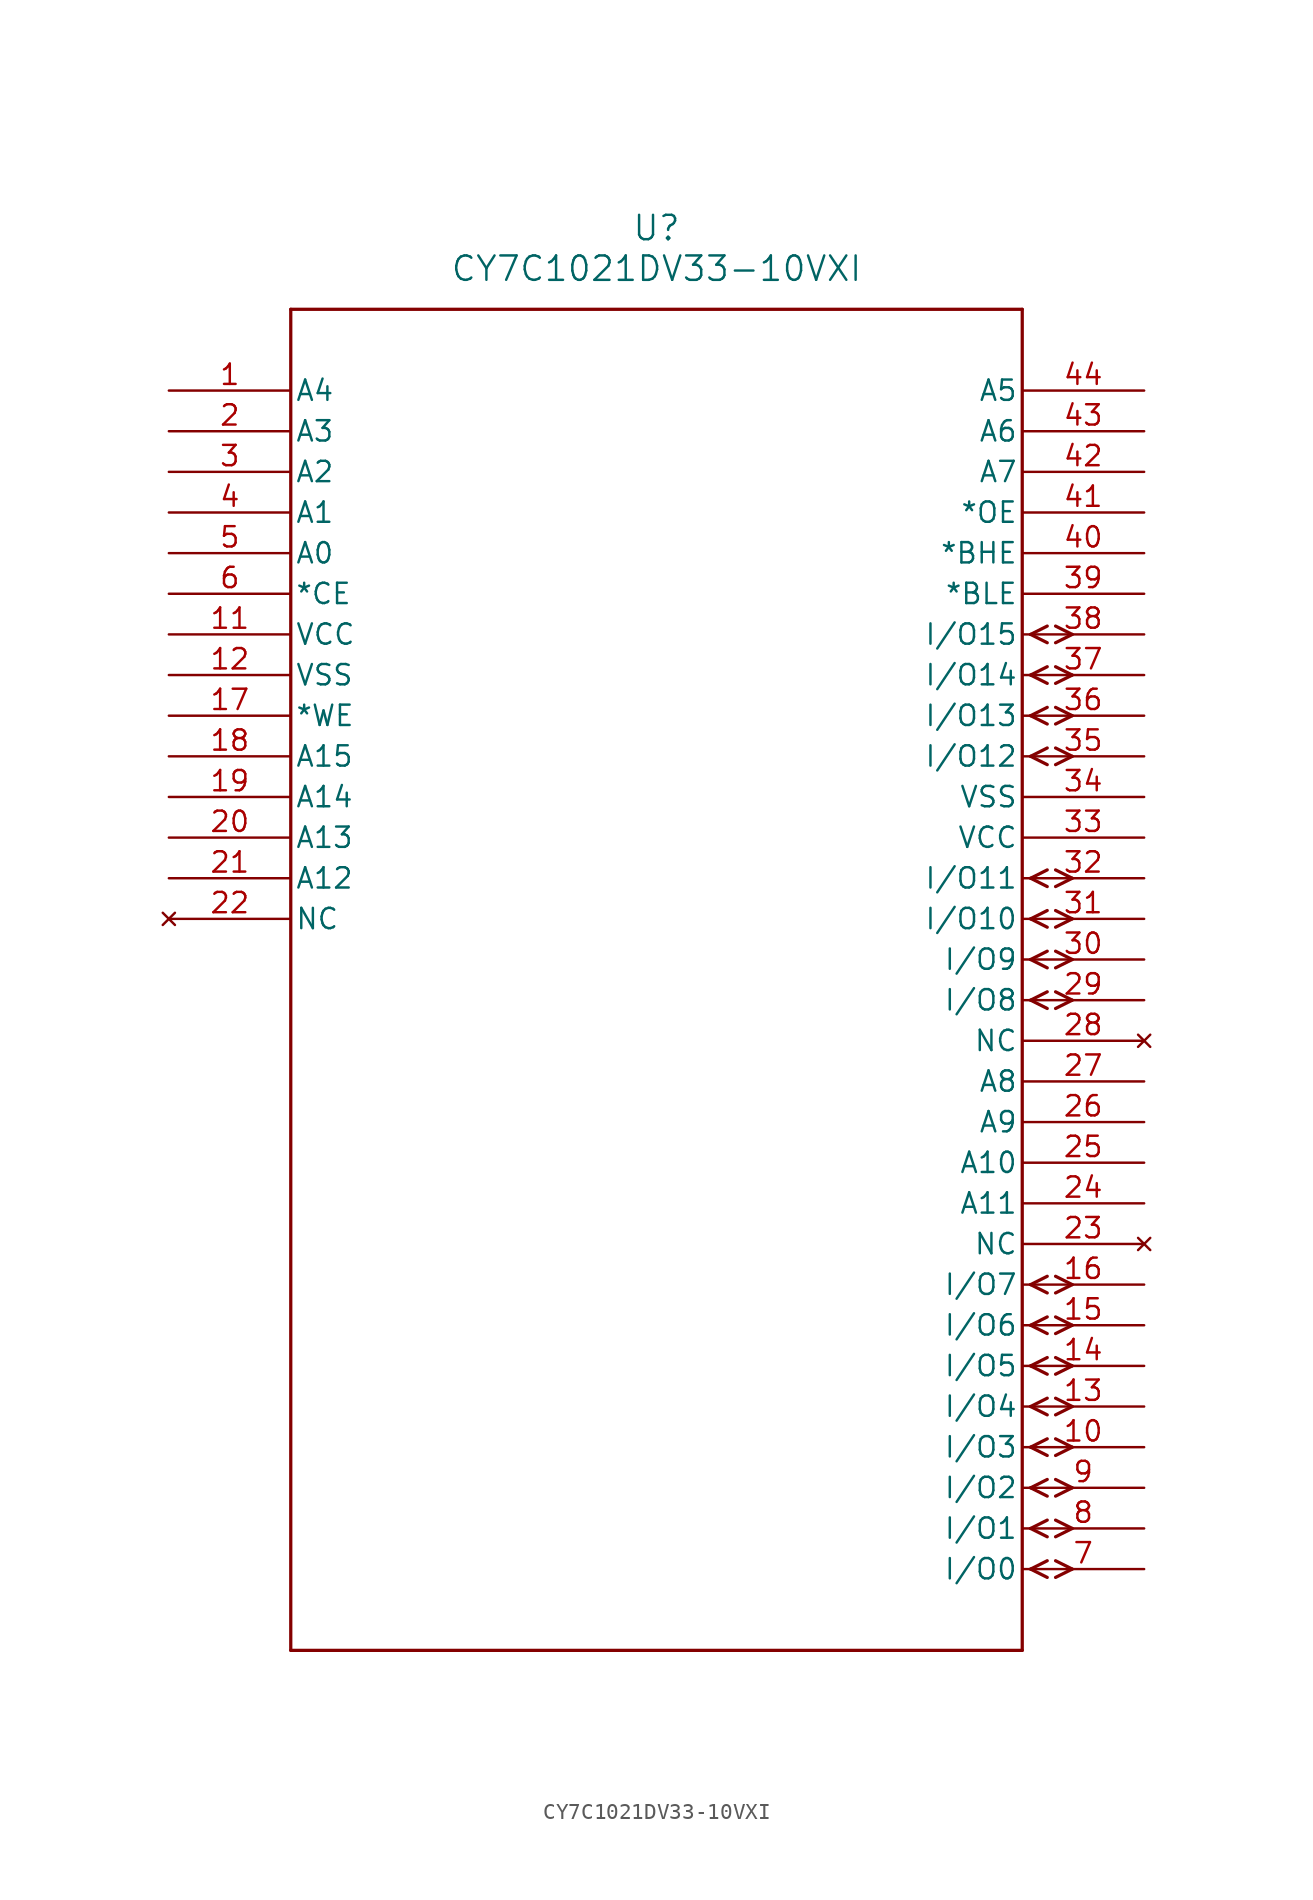
<source format=kicad_sym>
(kicad_symbol_lib
  (version 20211014)
  (generator kicad_symbol_editor)
  (symbol "CY7C1021DV33-10VXI"
    (pin_names
      (offset 0.254))
    (property "Reference" "U"
      (at 30.48 10.16 0)
      (effects (font (size 1.524 1.524))))
    (property "Value" "CY7C1021DV33-10VXI"
      (at 30.48 7.62 0)
      (effects (font (size 1.524 1.524))))
    (symbol "CY7C1021DV33-10VXI_0_1"
      (polyline (pts (xy 53.861 -73.66) (xy 54.902 -73.139)) (stroke (width 0.203) (type default) (color 0 0 0 0)) (fill (type none)))
      (polyline (pts (xy 53.861 -73.66) (xy 54.902 -74.181)) (stroke (width 0.203) (type default) (color 0 0 0 0)) (fill (type none)))
      (polyline (pts (xy 55.423 -73.139) (xy 56.464 -73.66)) (stroke (width 0.203) (type default) (color 0 0 0 0)) (fill (type none)))
      (polyline (pts (xy 55.423 -74.181) (xy 56.464 -73.66)) (stroke (width 0.203) (type default) (color 0 0 0 0)) (fill (type none)))
      (polyline (pts (xy 53.861 -71.12) (xy 54.902 -70.599)) (stroke (width 0.203) (type default) (color 0 0 0 0)) (fill (type none)))
      (polyline (pts (xy 53.861 -71.12) (xy 54.902 -71.641)) (stroke (width 0.203) (type default) (color 0 0 0 0)) (fill (type none)))
      (polyline (pts (xy 55.423 -70.599) (xy 56.464 -71.12)) (stroke (width 0.203) (type default) (color 0 0 0 0)) (fill (type none)))
      (polyline (pts (xy 55.423 -71.641) (xy 56.464 -71.12)) (stroke (width 0.203) (type default) (color 0 0 0 0)) (fill (type none)))
      (polyline (pts (xy 53.861 -68.58) (xy 54.902 -68.059)) (stroke (width 0.203) (type default) (color 0 0 0 0)) (fill (type none)))
      (polyline (pts (xy 53.861 -68.58) (xy 54.902 -69.101)) (stroke (width 0.203) (type default) (color 0 0 0 0)) (fill (type none)))
      (polyline (pts (xy 55.423 -68.059) (xy 56.464 -68.58)) (stroke (width 0.203) (type default) (color 0 0 0 0)) (fill (type none)))
      (polyline (pts (xy 55.423 -69.101) (xy 56.464 -68.58)) (stroke (width 0.203) (type default) (color 0 0 0 0)) (fill (type none)))
      (polyline (pts (xy 53.861 -66.04) (xy 54.902 -65.519)) (stroke (width 0.203) (type default) (color 0 0 0 0)) (fill (type none)))
      (polyline (pts (xy 53.861 -66.04) (xy 54.902 -66.561)) (stroke (width 0.203) (type default) (color 0 0 0 0)) (fill (type none)))
      (polyline (pts (xy 55.423 -65.519) (xy 56.464 -66.04)) (stroke (width 0.203) (type default) (color 0 0 0 0)) (fill (type none)))
      (polyline (pts (xy 55.423 -66.561) (xy 56.464 -66.04)) (stroke (width 0.203) (type default) (color 0 0 0 0)) (fill (type none)))
      (polyline (pts (xy 53.861 -63.5) (xy 54.902 -62.979)) (stroke (width 0.203) (type default) (color 0 0 0 0)) (fill (type none)))
      (polyline (pts (xy 53.861 -63.5) (xy 54.902 -64.021)) (stroke (width 0.203) (type default) (color 0 0 0 0)) (fill (type none)))
      (polyline (pts (xy 55.423 -62.979) (xy 56.464 -63.5)) (stroke (width 0.203) (type default) (color 0 0 0 0)) (fill (type none)))
      (polyline (pts (xy 55.423 -64.021) (xy 56.464 -63.5)) (stroke (width 0.203) (type default) (color 0 0 0 0)) (fill (type none)))
      (polyline (pts (xy 53.861 -60.96) (xy 54.902 -60.439)) (stroke (width 0.203) (type default) (color 0 0 0 0)) (fill (type none)))
      (polyline (pts (xy 53.861 -60.96) (xy 54.902 -61.481)) (stroke (width 0.203) (type default) (color 0 0 0 0)) (fill (type none)))
      (polyline (pts (xy 55.423 -60.439) (xy 56.464 -60.96)) (stroke (width 0.203) (type default) (color 0 0 0 0)) (fill (type none)))
      (polyline (pts (xy 55.423 -61.481) (xy 56.464 -60.96)) (stroke (width 0.203) (type default) (color 0 0 0 0)) (fill (type none)))
      (polyline (pts (xy 53.861 -58.42) (xy 54.902 -57.899)) (stroke (width 0.203) (type default) (color 0 0 0 0)) (fill (type none)))
      (polyline (pts (xy 53.861 -58.42) (xy 54.902 -58.941)) (stroke (width 0.203) (type default) (color 0 0 0 0)) (fill (type none)))
      (polyline (pts (xy 55.423 -57.899) (xy 56.464 -58.42)) (stroke (width 0.203) (type default) (color 0 0 0 0)) (fill (type none)))
      (polyline (pts (xy 55.423 -58.941) (xy 56.464 -58.42)) (stroke (width 0.203) (type default) (color 0 0 0 0)) (fill (type none)))
      (polyline (pts (xy 53.861 -55.88) (xy 54.902 -55.359)) (stroke (width 0.203) (type default) (color 0 0 0 0)) (fill (type none)))
      (polyline (pts (xy 53.861 -55.88) (xy 54.902 -56.401)) (stroke (width 0.203) (type default) (color 0 0 0 0)) (fill (type none)))
      (polyline (pts (xy 55.423 -55.359) (xy 56.464 -55.88)) (stroke (width 0.203) (type default) (color 0 0 0 0)) (fill (type none)))
      (polyline (pts (xy 55.423 -56.401) (xy 56.464 -55.88)) (stroke (width 0.203) (type default) (color 0 0 0 0)) (fill (type none)))
      (polyline (pts (xy 53.861 -38.1) (xy 54.902 -37.579)) (stroke (width 0.203) (type default) (color 0 0 0 0)) (fill (type none)))
      (polyline (pts (xy 53.861 -38.1) (xy 54.902 -38.621)) (stroke (width 0.203) (type default) (color 0 0 0 0)) (fill (type none)))
      (polyline (pts (xy 55.423 -37.579) (xy 56.464 -38.1)) (stroke (width 0.203) (type default) (color 0 0 0 0)) (fill (type none)))
      (polyline (pts (xy 55.423 -38.621) (xy 56.464 -38.1)) (stroke (width 0.203) (type default) (color 0 0 0 0)) (fill (type none)))
      (polyline (pts (xy 53.861 -35.56) (xy 54.902 -35.039)) (stroke (width 0.203) (type default) (color 0 0 0 0)) (fill (type none)))
      (polyline (pts (xy 53.861 -35.56) (xy 54.902 -36.081)) (stroke (width 0.203) (type default) (color 0 0 0 0)) (fill (type none)))
      (polyline (pts (xy 55.423 -35.039) (xy 56.464 -35.56)) (stroke (width 0.203) (type default) (color 0 0 0 0)) (fill (type none)))
      (polyline (pts (xy 55.423 -36.081) (xy 56.464 -35.56)) (stroke (width 0.203) (type default) (color 0 0 0 0)) (fill (type none)))
      (polyline (pts (xy 53.861 -33.02) (xy 54.902 -32.499)) (stroke (width 0.203) (type default) (color 0 0 0 0)) (fill (type none)))
      (polyline (pts (xy 53.861 -33.02) (xy 54.902 -33.541)) (stroke (width 0.203) (type default) (color 0 0 0 0)) (fill (type none)))
      (polyline (pts (xy 55.423 -32.499) (xy 56.464 -33.02)) (stroke (width 0.203) (type default) (color 0 0 0 0)) (fill (type none)))
      (polyline (pts (xy 55.423 -33.541) (xy 56.464 -33.02)) (stroke (width 0.203) (type default) (color 0 0 0 0)) (fill (type none)))
      (polyline (pts (xy 53.861 -30.48) (xy 54.902 -29.959)) (stroke (width 0.203) (type default) (color 0 0 0 0)) (fill (type none)))
      (polyline (pts (xy 53.861 -30.48) (xy 54.902 -31.001)) (stroke (width 0.203) (type default) (color 0 0 0 0)) (fill (type none)))
      (polyline (pts (xy 55.423 -29.959) (xy 56.464 -30.48)) (stroke (width 0.203) (type default) (color 0 0 0 0)) (fill (type none)))
      (polyline (pts (xy 55.423 -31.001) (xy 56.464 -30.48)) (stroke (width 0.203) (type default) (color 0 0 0 0)) (fill (type none)))
      (polyline (pts (xy 53.861 -22.86) (xy 54.902 -22.339)) (stroke (width 0.203) (type default) (color 0 0 0 0)) (fill (type none)))
      (polyline (pts (xy 53.861 -22.86) (xy 54.902 -23.381)) (stroke (width 0.203) (type default) (color 0 0 0 0)) (fill (type none)))
      (polyline (pts (xy 55.423 -22.339) (xy 56.464 -22.86)) (stroke (width 0.203) (type default) (color 0 0 0 0)) (fill (type none)))
      (polyline (pts (xy 55.423 -23.381) (xy 56.464 -22.86)) (stroke (width 0.203) (type default) (color 0 0 0 0)) (fill (type none)))
      (polyline (pts (xy 53.861 -20.32) (xy 54.902 -19.799)) (stroke (width 0.203) (type default) (color 0 0 0 0)) (fill (type none)))
      (polyline (pts (xy 53.861 -20.32) (xy 54.902 -20.841)) (stroke (width 0.203) (type default) (color 0 0 0 0)) (fill (type none)))
      (polyline (pts (xy 55.423 -19.799) (xy 56.464 -20.32)) (stroke (width 0.203) (type default) (color 0 0 0 0)) (fill (type none)))
      (polyline (pts (xy 55.423 -20.841) (xy 56.464 -20.32)) (stroke (width 0.203) (type default) (color 0 0 0 0)) (fill (type none)))
      (polyline (pts (xy 53.861 -17.78) (xy 54.902 -17.259)) (stroke (width 0.203) (type default) (color 0 0 0 0)) (fill (type none)))
      (polyline (pts (xy 53.861 -17.78) (xy 54.902 -18.301)) (stroke (width 0.203) (type default) (color 0 0 0 0)) (fill (type none)))
      (polyline (pts (xy 55.423 -17.259) (xy 56.464 -17.78)) (stroke (width 0.203) (type default) (color 0 0 0 0)) (fill (type none)))
      (polyline (pts (xy 55.423 -18.301) (xy 56.464 -17.78)) (stroke (width 0.203) (type default) (color 0 0 0 0)) (fill (type none)))
      (polyline (pts (xy 53.861 -15.24) (xy 54.902 -14.719)) (stroke (width 0.203) (type default) (color 0 0 0 0)) (fill (type none)))
      (polyline (pts (xy 53.861 -15.24) (xy 54.902 -15.761)) (stroke (width 0.203) (type default) (color 0 0 0 0)) (fill (type none)))
      (polyline (pts (xy 55.423 -14.719) (xy 56.464 -15.24)) (stroke (width 0.203) (type default) (color 0 0 0 0)) (fill (type none)))
      (polyline (pts (xy 55.423 -15.761) (xy 56.464 -15.24)) (stroke (width 0.203) (type default) (color 0 0 0 0)) (fill (type none)))
      (polyline (pts (xy 7.62 5.08) (xy 7.62 -78.74)) (stroke (width 0.203) (type default) (color 0 0 0 0)) (fill (type none)))
      (polyline (pts (xy 7.62 -78.74) (xy 53.34 -78.74)) (stroke (width 0.203) (type default) (color 0 0 0 0)) (fill (type none)))
      (polyline (pts (xy 53.34 -78.74) (xy 53.34 5.08)) (stroke (width 0.203) (type default) (color 0 0 0 0)) (fill (type none)))
      (polyline (pts (xy 53.34 5.08) (xy 7.62 5.08)) (stroke (width 0.203) (type default) (color 0 0 0 0)) (fill (type none)))
      (pin unspecified line (at 0 0 0) (length 7.62) (name "A4" (effects (font (size 1.27 1.27)))) (number "1" (effects (font (size 1.27 1.27)))))
      (pin unspecified line (at 0 -2.54 0) (length 7.62) (name "A3" (effects (font (size 1.27 1.27)))) (number "2" (effects (font (size 1.27 1.27)))))
      (pin unspecified line (at 0 -5.08 0) (length 7.62) (name "A2" (effects (font (size 1.27 1.27)))) (number "3" (effects (font (size 1.27 1.27)))))
      (pin unspecified line (at 0 -7.62 0) (length 7.62) (name "A1" (effects (font (size 1.27 1.27)))) (number "4" (effects (font (size 1.27 1.27)))))
      (pin unspecified line (at 0 -10.16 0) (length 7.62) (name "A0" (effects (font (size 1.27 1.27)))) (number "5" (effects (font (size 1.27 1.27)))))
      (pin unspecified line (at 0 -12.7 0) (length 7.62) (name "*CE" (effects (font (size 1.27 1.27)))) (number "6" (effects (font (size 1.27 1.27)))))
      (pin bidirectional line (at 60.96 -73.66 180) (length 7.62) (name "I/O0" (effects (font (size 1.27 1.27)))) (number "7" (effects (font (size 1.27 1.27)))))
      (pin bidirectional line (at 60.96 -71.12 180) (length 7.62) (name "I/O1" (effects (font (size 1.27 1.27)))) (number "8" (effects (font (size 1.27 1.27)))))
      (pin bidirectional line (at 60.96 -68.58 180) (length 7.62) (name "I/O2" (effects (font (size 1.27 1.27)))) (number "9" (effects (font (size 1.27 1.27)))))
      (pin bidirectional line (at 60.96 -66.04 180) (length 7.62) (name "I/O3" (effects (font (size 1.27 1.27)))) (number "10" (effects (font (size 1.27 1.27)))))
      (pin power_in line (at 0 -15.24 0) (length 7.62) (name "VCC" (effects (font (size 1.27 1.27)))) (number "11" (effects (font (size 1.27 1.27)))))
      (pin power_in line (at 0 -17.78 0) (length 7.62) (name "VSS" (effects (font (size 1.27 1.27)))) (number "12" (effects (font (size 1.27 1.27)))))
      (pin bidirectional line (at 60.96 -63.5 180) (length 7.62) (name "I/O4" (effects (font (size 1.27 1.27)))) (number "13" (effects (font (size 1.27 1.27)))))
      (pin bidirectional line (at 60.96 -60.96 180) (length 7.62) (name "I/O5" (effects (font (size 1.27 1.27)))) (number "14" (effects (font (size 1.27 1.27)))))
      (pin bidirectional line (at 60.96 -58.42 180) (length 7.62) (name "I/O6" (effects (font (size 1.27 1.27)))) (number "15" (effects (font (size 1.27 1.27)))))
      (pin bidirectional line (at 60.96 -55.88 180) (length 7.62) (name "I/O7" (effects (font (size 1.27 1.27)))) (number "16" (effects (font (size 1.27 1.27)))))
      (pin unspecified line (at 0 -20.32 0) (length 7.62) (name "*WE" (effects (font (size 1.27 1.27)))) (number "17" (effects (font (size 1.27 1.27)))))
      (pin unspecified line (at 0 -22.86 0) (length 7.62) (name "A15" (effects (font (size 1.27 1.27)))) (number "18" (effects (font (size 1.27 1.27)))))
      (pin unspecified line (at 0 -25.4 0) (length 7.62) (name "A14" (effects (font (size 1.27 1.27)))) (number "19" (effects (font (size 1.27 1.27)))))
      (pin unspecified line (at 0 -27.94 0) (length 7.62) (name "A13" (effects (font (size 1.27 1.27)))) (number "20" (effects (font (size 1.27 1.27)))))
      (pin unspecified line (at 0 -30.48 0) (length 7.62) (name "A12" (effects (font (size 1.27 1.27)))) (number "21" (effects (font (size 1.27 1.27)))))
      (pin no_connect line (at 0 -33.02 0) (length 7.62) (name "NC" (effects (font (size 1.27 1.27)))) (number "22" (effects (font (size 1.27 1.27)))))
      (pin no_connect line (at 60.96 -53.34 180) (length 7.62) (name "NC" (effects (font (size 1.27 1.27)))) (number "23" (effects (font (size 1.27 1.27)))))
      (pin unspecified line (at 60.96 -50.8 180) (length 7.62) (name "A11" (effects (font (size 1.27 1.27)))) (number "24" (effects (font (size 1.27 1.27)))))
      (pin unspecified line (at 60.96 -48.26 180) (length 7.62) (name "A10" (effects (font (size 1.27 1.27)))) (number "25" (effects (font (size 1.27 1.27)))))
      (pin unspecified line (at 60.96 -45.72 180) (length 7.62) (name "A9" (effects (font (size 1.27 1.27)))) (number "26" (effects (font (size 1.27 1.27)))))
      (pin unspecified line (at 60.96 -43.18 180) (length 7.62) (name "A8" (effects (font (size 1.27 1.27)))) (number "27" (effects (font (size 1.27 1.27)))))
      (pin no_connect line (at 60.96 -40.64 180) (length 7.62) (name "NC" (effects (font (size 1.27 1.27)))) (number "28" (effects (font (size 1.27 1.27)))))
      (pin bidirectional line (at 60.96 -38.1 180) (length 7.62) (name "I/O8" (effects (font (size 1.27 1.27)))) (number "29" (effects (font (size 1.27 1.27)))))
      (pin bidirectional line (at 60.96 -35.56 180) (length 7.62) (name "I/O9" (effects (font (size 1.27 1.27)))) (number "30" (effects (font (size 1.27 1.27)))))
      (pin bidirectional line (at 60.96 -33.02 180) (length 7.62) (name "I/O10" (effects (font (size 1.27 1.27)))) (number "31" (effects (font (size 1.27 1.27)))))
      (pin bidirectional line (at 60.96 -30.48 180) (length 7.62) (name "I/O11" (effects (font (size 1.27 1.27)))) (number "32" (effects (font (size 1.27 1.27)))))
      (pin power_in line (at 60.96 -27.94 180) (length 7.62) (name "VCC" (effects (font (size 1.27 1.27)))) (number "33" (effects (font (size 1.27 1.27)))))
      (pin power_in line (at 60.96 -25.4 180) (length 7.62) (name "VSS" (effects (font (size 1.27 1.27)))) (number "34" (effects (font (size 1.27 1.27)))))
      (pin bidirectional line (at 60.96 -22.86 180) (length 7.62) (name "I/O12" (effects (font (size 1.27 1.27)))) (number "35" (effects (font (size 1.27 1.27)))))
      (pin bidirectional line (at 60.96 -20.32 180) (length 7.62) (name "I/O13" (effects (font (size 1.27 1.27)))) (number "36" (effects (font (size 1.27 1.27)))))
      (pin bidirectional line (at 60.96 -17.78 180) (length 7.62) (name "I/O14" (effects (font (size 1.27 1.27)))) (number "37" (effects (font (size 1.27 1.27)))))
      (pin bidirectional line (at 60.96 -15.24 180) (length 7.62) (name "I/O15" (effects (font (size 1.27 1.27)))) (number "38" (effects (font (size 1.27 1.27)))))
      (pin unspecified line (at 60.96 -12.7 180) (length 7.62) (name "*BLE" (effects (font (size 1.27 1.27)))) (number "39" (effects (font (size 1.27 1.27)))))
      (pin unspecified line (at 60.96 -10.16 180) (length 7.62) (name "*BHE" (effects (font (size 1.27 1.27)))) (number "40" (effects (font (size 1.27 1.27)))))
      (pin unspecified line (at 60.96 -7.62 180) (length 7.62) (name "*OE" (effects (font (size 1.27 1.27)))) (number "41" (effects (font (size 1.27 1.27)))))
      (pin unspecified line (at 60.96 -5.08 180) (length 7.62) (name "A7" (effects (font (size 1.27 1.27)))) (number "42" (effects (font (size 1.27 1.27)))))
      (pin unspecified line (at 60.96 -2.54 180) (length 7.62) (name "A6" (effects (font (size 1.27 1.27)))) (number "43" (effects (font (size 1.27 1.27)))))
      (pin unspecified line (at 60.96 0 180) (length 7.62) (name "A5" (effects (font (size 1.27 1.27)))) (number "44" (effects (font (size 1.27 1.27))))))))
</source>
